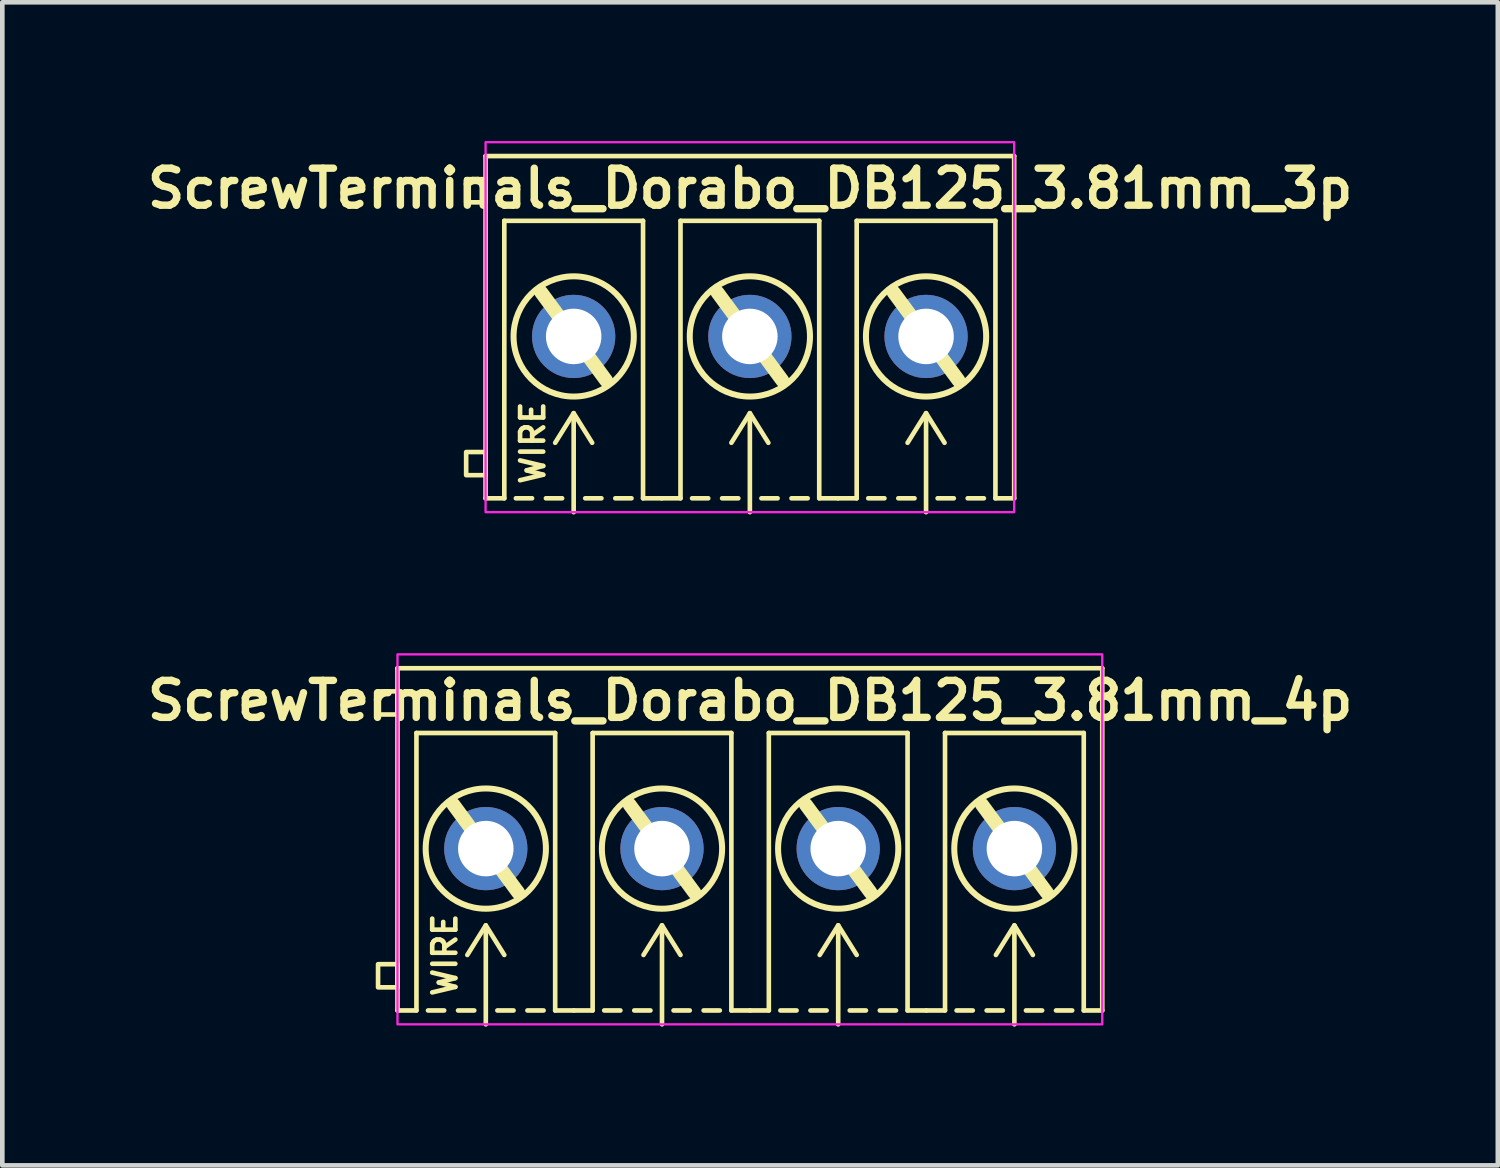
<source format=kicad_pcb>
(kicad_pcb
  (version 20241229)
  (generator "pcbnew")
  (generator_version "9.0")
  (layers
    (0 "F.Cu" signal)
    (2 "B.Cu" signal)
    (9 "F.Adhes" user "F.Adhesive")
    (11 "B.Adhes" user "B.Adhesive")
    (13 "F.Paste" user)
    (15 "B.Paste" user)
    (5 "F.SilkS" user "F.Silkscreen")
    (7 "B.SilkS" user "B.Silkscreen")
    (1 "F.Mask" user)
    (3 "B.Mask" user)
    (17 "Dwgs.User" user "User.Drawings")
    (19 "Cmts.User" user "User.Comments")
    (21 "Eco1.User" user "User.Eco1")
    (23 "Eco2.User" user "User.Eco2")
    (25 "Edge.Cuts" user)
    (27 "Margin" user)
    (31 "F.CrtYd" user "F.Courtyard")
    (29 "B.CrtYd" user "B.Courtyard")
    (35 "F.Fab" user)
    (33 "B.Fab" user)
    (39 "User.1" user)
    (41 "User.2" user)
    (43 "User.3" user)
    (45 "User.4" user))
  (footprint "ScrewTerminals_Dorabo_DB125_3.81mm_4p"
    (layer "F.Cu")
    (at 13.165 15.3)
    (property "Reference" "ScrewTerminals_Dorabo_DB125_3.81mm_4p" (at 0.005 -3.2 0) (unlocked yes) (layer "F.SilkS") (effects (font (size 0.8 0.8) (thickness 0.16) (bold yes))))
    (attr through_hole)
    (fp_line (start -7.62 -3.9) (end 7.62 -3.9) (stroke (width 0.1) (type solid)) (layer "F.SilkS"))
    (fp_line (start -7.62 3.5) (end -7.62 -3.9) (stroke (width 0.1) (type solid)) (layer "F.SilkS"))
    (fp_line (start -7.62 3.5) (end -7.21 3.5) (stroke (width 0.1) (type solid)) (layer "F.SilkS"))
    (fp_line (start -7.21 -2.5) (end -4.21 -2.5) (stroke (width 0.1) (type solid)) (layer "F.SilkS"))
    (fp_line (start -7.21 3.5) (end -7.21 -2.5) (stroke (width 0.1) (type solid)) (layer "F.SilkS"))
    (fp_line (start -6.61 3.5) (end -6.96 3.5) (stroke (width 0.1) (type default)) (layer "F.SilkS"))
    (fp_line (start -6.41 -0.95) (end -5.01 0.95) (stroke (width 0.3) (type default)) (layer "F.SilkS"))
    (fp_line (start -5.96 3.5) (end -6.31 3.5) (stroke (width 0.1) (type default)) (layer "F.SilkS"))
    (fp_line (start -5.71 1.659) (end -6.11 2.3) (stroke (width 0.1) (type default)) (layer "F.SilkS"))
    (fp_line (start -5.71 1.659) (end -5.31 2.3) (stroke (width 0.1) (type default)) (layer "F.SilkS"))
    (fp_line (start -5.71 3.8) (end -5.71 1.679) (stroke (width 0.1) (type default)) (layer "F.SilkS"))
    (fp_line (start -5.46 3.5) (end -5.11 3.5) (stroke (width 0.1) (type default)) (layer "F.SilkS"))
    (fp_line (start -4.81 3.5) (end -4.46 3.5) (stroke (width 0.1) (type default)) (layer "F.SilkS"))
    (fp_line (start -4.21 -2.5) (end -4.21 3.5) (stroke (width 0.1) (type solid)) (layer "F.SilkS"))
    (fp_line (start -4.21 3.5) (end -3.805 3.5) (stroke (width 0.1) (type default)) (layer "F.SilkS"))
    (fp_line (start -3.805 3.5) (end -3.4 3.5) (stroke (width 0.1) (type default)) (layer "F.SilkS"))
    (fp_line (start -3.4 -2.5) (end -0.4 -2.5) (stroke (width 0.1) (type solid)) (layer "F.SilkS"))
    (fp_line (start -3.4 3.5) (end -3.4 -2.5) (stroke (width 0.1) (type solid)) (layer "F.SilkS"))
    (fp_line (start -2.8 3.5) (end -3.15 3.5) (stroke (width 0.1) (type default)) (layer "F.SilkS"))
    (fp_line (start -2.6 -0.95) (end -1.2 0.95) (stroke (width 0.3) (type default)) (layer "F.SilkS"))
    (fp_line (start -2.15 3.5) (end -2.5 3.5) (stroke (width 0.1) (type default)) (layer "F.SilkS"))
    (fp_line (start -1.9 1.659) (end -2.3 2.3) (stroke (width 0.1) (type default)) (layer "F.SilkS"))
    (fp_line (start -1.9 1.659) (end -1.5 2.3) (stroke (width 0.1) (type default)) (layer "F.SilkS"))
    (fp_line (start -1.9 3.8) (end -1.9 1.679) (stroke (width 0.1) (type default)) (layer "F.SilkS"))
    (fp_line (start -1.65 3.5) (end -1.3 3.5) (stroke (width 0.1) (type default)) (layer "F.SilkS"))
    (fp_line (start -1 3.5) (end -0.65 3.5) (stroke (width 0.1) (type default)) (layer "F.SilkS"))
    (fp_line (start -0.4 -2.5) (end -0.4 3.5) (stroke (width 0.1) (type solid)) (layer "F.SilkS"))
    (fp_line (start -0.4 3.5) (end 0.005 3.5) (stroke (width 0.1) (type default)) (layer "F.SilkS"))
    (fp_line (start 0.005 3.5) (end 0.41 3.5) (stroke (width 0.1) (type default)) (layer "F.SilkS"))
    (fp_line (start 0.41 -2.5) (end 3.41 -2.5) (stroke (width 0.1) (type solid)) (layer "F.SilkS"))
    (fp_line (start 0.41 3.5) (end 0.41 -2.5) (stroke (width 0.1) (type solid)) (layer "F.SilkS"))
    (fp_line (start 1.01 3.5) (end 0.66 3.5) (stroke (width 0.1) (type default)) (layer "F.SilkS"))
    (fp_line (start 1.21 -0.95) (end 2.61 0.95) (stroke (width 0.3) (type default)) (layer "F.SilkS"))
    (fp_line (start 1.66 3.5) (end 1.31 3.5) (stroke (width 0.1) (type default)) (layer "F.SilkS"))
    (fp_line (start 1.91 1.659) (end 1.51 2.3) (stroke (width 0.1) (type default)) (layer "F.SilkS"))
    (fp_line (start 1.91 1.659) (end 2.31 2.3) (stroke (width 0.1) (type default)) (layer "F.SilkS"))
    (fp_line (start 1.91 3.8) (end 1.91 1.679) (stroke (width 0.1) (type default)) (layer "F.SilkS"))
    (fp_line (start 2.16 3.5) (end 2.51 3.5) (stroke (width 0.1) (type default)) (layer "F.SilkS"))
    (fp_line (start 2.81 3.5) (end 3.16 3.5) (stroke (width 0.1) (type default)) (layer "F.SilkS"))
    (fp_line (start 3.41 -2.5) (end 3.41 3.5) (stroke (width 0.1) (type solid)) (layer "F.SilkS"))
    (fp_line (start 3.41 3.5) (end 3.815 3.5) (stroke (width 0.1) (type default)) (layer "F.SilkS"))
    (fp_line (start 3.815 3.5) (end 4.22 3.5) (stroke (width 0.1) (type default)) (layer "F.SilkS"))
    (fp_line (start 4.22 -2.5) (end 7.22 -2.5) (stroke (width 0.1) (type solid)) (layer "F.SilkS"))
    (fp_line (start 4.22 3.5) (end 4.22 -2.5) (stroke (width 0.1) (type solid)) (layer "F.SilkS"))
    (fp_line (start 4.82 3.5) (end 4.47 3.5) (stroke (width 0.1) (type default)) (layer "F.SilkS"))
    (fp_line (start 5.02 -0.95) (end 6.42 0.95) (stroke (width 0.3) (type default)) (layer "F.SilkS"))
    (fp_line (start 5.47 3.5) (end 5.12 3.5) (stroke (width 0.1) (type default)) (layer "F.SilkS"))
    (fp_line (start 5.72 1.659) (end 5.32 2.3) (stroke (width 0.1) (type default)) (layer "F.SilkS"))
    (fp_line (start 5.72 1.659) (end 6.12 2.3) (stroke (width 0.1) (type default)) (layer "F.SilkS"))
    (fp_line (start 5.72 3.8) (end 5.72 1.679) (stroke (width 0.1) (type default)) (layer "F.SilkS"))
    (fp_line (start 5.97 3.5) (end 6.32 3.5) (stroke (width 0.1) (type default)) (layer "F.SilkS"))
    (fp_line (start 6.62 3.5) (end 6.97 3.5) (stroke (width 0.1) (type default)) (layer "F.SilkS"))
    (fp_line (start 7.22 -2.5) (end 7.22 3.5) (stroke (width 0.1) (type solid)) (layer "F.SilkS"))
    (fp_line (start 7.22 3.5) (end 7.62 3.5) (stroke (width 0.1) (type solid)) (layer "F.SilkS"))
    (fp_line (start 7.62 3.5) (end 7.62 -3.9) (stroke (width 0.1) (type solid)) (layer "F.SilkS"))
    (fp_rect (start -8.04 -2.9) (end -7.62 -3.4) (stroke (width 0.1) (type solid)) (fill no) (layer "F.SilkS"))
    (fp_rect (start -8.04 3) (end -7.62 2.5) (stroke (width 0.1) (type solid)) (fill no) (layer "F.SilkS"))
    (fp_circle (center -5.71 0) (end -4.41 0) (stroke (width 0.13) (type default)) (fill no) (layer "F.SilkS"))
    (fp_circle (center -1.9 0) (end -0.6 0) (stroke (width 0.13) (type default)) (fill no) (layer "F.SilkS"))
    (fp_circle (center 1.91 0) (end 3.21 0) (stroke (width 0.13) (type default)) (fill no) (layer "F.SilkS"))
    (fp_circle (center 5.72 0) (end 7.02 0) (stroke (width 0.13) (type default)) (fill no) (layer "F.SilkS"))
    (fp_rect (start -7.62 -4.2) (end 7.62 3.8) (stroke (width 0.05) (type solid)) (fill no) (layer "F.CrtYd"))
    (fp_text user "WIRE" (at -6.595 2.3 90) (unlocked yes) (layer "F.SilkS") (effects (font (size 0.5 0.5) (thickness 0.1) (bold yes))))
    (pad "1" thru_hole circle (at -5.71 0) (size 1.8 1.8) (drill 1.2) (layers "*.Cu" "*.Mask"))
    (pad "2" thru_hole circle (at -1.9 0 180) (size 1.8 1.8) (drill 1.2) (layers "*.Cu" "*.Mask"))
    (pad "3" thru_hole circle (at 1.91 0 180) (size 1.8 1.8) (drill 1.2) (layers "*.Cu" "*.Mask"))
    (pad "4" thru_hole circle (at 5.72 0 180) (size 1.8 1.8) (drill 1.2) (layers "*.Cu" "*.Mask")))
  (footprint "ScrewTerminals_Dorabo_DB125_3.81mm_3p"
    (layer "F.Cu")
    (at 13.165 4.225)
    (property "Reference" "ScrewTerminals_Dorabo_DB125_3.81mm_3p" (at 0.005 -3.2 0) (unlocked yes) (layer "F.SilkS") (effects (font (size 0.8 0.8) (thickness 0.16) (bold yes))))
    (attr through_hole)
    (fp_line (start -5.715 -3.9) (end 5.715 -3.9) (stroke (width 0.1) (type default)) (layer "F.SilkS"))
    (fp_line (start -5.715 3.5) (end -5.715 -3.9) (stroke (width 0.1) (type default)) (layer "F.SilkS"))
    (fp_line (start -5.715 3.5) (end -5.31 3.5) (stroke (width 0.1) (type default)) (layer "F.SilkS"))
    (fp_line (start -5.31 -2.5) (end -2.31 -2.5) (stroke (width 0.1) (type solid)) (layer "F.SilkS"))
    (fp_line (start -5.31 3.5) (end -5.31 -2.5) (stroke (width 0.1) (type solid)) (layer "F.SilkS"))
    (fp_line (start -4.71 3.5) (end -5.06 3.5) (stroke (width 0.1) (type default)) (layer "F.SilkS"))
    (fp_line (start -4.51 -0.95) (end -3.11 0.95) (stroke (width 0.3) (type default)) (layer "F.SilkS"))
    (fp_line (start -4.06 3.5) (end -4.41 3.5) (stroke (width 0.1) (type default)) (layer "F.SilkS"))
    (fp_line (start -3.81 1.659) (end -4.21 2.3) (stroke (width 0.1) (type default)) (layer "F.SilkS"))
    (fp_line (start -3.81 1.659) (end -3.41 2.3) (stroke (width 0.1) (type default)) (layer "F.SilkS"))
    (fp_line (start -3.81 3.8) (end -3.81 1.679) (stroke (width 0.1) (type default)) (layer "F.SilkS"))
    (fp_line (start -3.56 3.5) (end -3.21 3.5) (stroke (width 0.1) (type default)) (layer "F.SilkS"))
    (fp_line (start -2.91 3.5) (end -2.56 3.5) (stroke (width 0.1) (type default)) (layer "F.SilkS"))
    (fp_line (start -2.31 -2.5) (end -2.31 3.5) (stroke (width 0.1) (type solid)) (layer "F.SilkS"))
    (fp_line (start -2.31 3.5) (end -1.905 3.5) (stroke (width 0.1) (type default)) (layer "F.SilkS"))
    (fp_line (start -1.905 3.5) (end -1.5 3.5) (stroke (width 0.1) (type default)) (layer "F.SilkS"))
    (fp_line (start -1.5 -2.5) (end 1.5 -2.5) (stroke (width 0.1) (type solid)) (layer "F.SilkS"))
    (fp_line (start -1.5 3.5) (end -1.5 -2.5) (stroke (width 0.1) (type solid)) (layer "F.SilkS"))
    (fp_line (start -0.9 3.5) (end -1.25 3.5) (stroke (width 0.1) (type default)) (layer "F.SilkS"))
    (fp_line (start -0.7 -0.95) (end 0.7 0.95) (stroke (width 0.3) (type default)) (layer "F.SilkS"))
    (fp_line (start -0.25 3.5) (end -0.6 3.5) (stroke (width 0.1) (type default)) (layer "F.SilkS"))
    (fp_line (start 0 1.659) (end -0.4 2.3) (stroke (width 0.1) (type default)) (layer "F.SilkS"))
    (fp_line (start 0 1.659) (end 0.4 2.3) (stroke (width 0.1) (type default)) (layer "F.SilkS"))
    (fp_line (start 0 3.8) (end 0 1.679) (stroke (width 0.1) (type default)) (layer "F.SilkS"))
    (fp_line (start 0.25 3.5) (end 0.6 3.5) (stroke (width 0.1) (type default)) (layer "F.SilkS"))
    (fp_line (start 0.9 3.5) (end 1.25 3.5) (stroke (width 0.1) (type default)) (layer "F.SilkS"))
    (fp_line (start 1.5 -2.5) (end 1.5 3.5) (stroke (width 0.1) (type solid)) (layer "F.SilkS"))
    (fp_line (start 1.5 3.5) (end 1.905 3.5) (stroke (width 0.1) (type default)) (layer "F.SilkS"))
    (fp_line (start 1.905 3.5) (end 2.31 3.5) (stroke (width 0.1) (type default)) (layer "F.SilkS"))
    (fp_line (start 2.31 -2.5) (end 5.31 -2.5) (stroke (width 0.1) (type solid)) (layer "F.SilkS"))
    (fp_line (start 2.31 3.5) (end 2.31 -2.5) (stroke (width 0.1) (type solid)) (layer "F.SilkS"))
    (fp_line (start 2.91 3.5) (end 2.56 3.5) (stroke (width 0.1) (type default)) (layer "F.SilkS"))
    (fp_line (start 3.11 -0.95) (end 4.51 0.95) (stroke (width 0.3) (type default)) (layer "F.SilkS"))
    (fp_line (start 3.56 3.5) (end 3.21 3.5) (stroke (width 0.1) (type default)) (layer "F.SilkS"))
    (fp_line (start 3.81 1.659) (end 3.41 2.3) (stroke (width 0.1) (type default)) (layer "F.SilkS"))
    (fp_line (start 3.81 1.659) (end 4.21 2.3) (stroke (width 0.1) (type default)) (layer "F.SilkS"))
    (fp_line (start 3.81 3.8) (end 3.81 1.679) (stroke (width 0.1) (type default)) (layer "F.SilkS"))
    (fp_line (start 4.06 3.5) (end 4.41 3.5) (stroke (width 0.1) (type default)) (layer "F.SilkS"))
    (fp_line (start 4.71 3.5) (end 5.06 3.5) (stroke (width 0.1) (type default)) (layer "F.SilkS"))
    (fp_line (start 5.31 -2.5) (end 5.31 3.5) (stroke (width 0.1) (type solid)) (layer "F.SilkS"))
    (fp_line (start 5.31 3.5) (end 5.715 3.5) (stroke (width 0.1) (type default)) (layer "F.SilkS"))
    (fp_line (start 5.715 3.5) (end 5.715 -3.9) (stroke (width 0.1) (type default)) (layer "F.SilkS"))
    (fp_rect (start -6.135 -2.9) (end -5.715 -3.4) (stroke (width 0.1) (type solid)) (fill no) (layer "F.SilkS"))
    (fp_rect (start -6.135 3) (end -5.715 2.5) (stroke (width 0.1) (type default)) (fill no) (layer "F.SilkS"))
    (fp_circle (center -3.81 0) (end -2.51 0) (stroke (width 0.13) (type default)) (fill no) (layer "F.SilkS"))
    (fp_circle (center 0 0) (end 1.3 0) (stroke (width 0.13) (type default)) (fill no) (layer "F.SilkS"))
    (fp_circle (center 3.81 0) (end 5.11 0) (stroke (width 0.13) (type default)) (fill no) (layer "F.SilkS"))
    (fp_rect (start -5.715 -4.2) (end 5.715 3.8) (stroke (width 0.05) (type solid)) (fill no) (layer "F.CrtYd"))
    (fp_text user "WIRE" (at -4.695 2.3 90) (unlocked yes) (layer "F.SilkS") (effects (font (size 0.5 0.5) (thickness 0.1) (bold yes))))
    (pad "1" thru_hole circle (at -3.81 0) (size 1.8 1.8) (drill 1.2) (layers "*.Cu" "*.Mask"))
    (pad "2" thru_hole circle (at 0 0 180) (size 1.8 1.8) (drill 1.2) (layers "*.Cu" "*.Mask"))
    (pad "3" thru_hole circle (at 3.81 0 180) (size 1.8 1.8) (drill 1.2) (layers "*.Cu" "*.Mask")))
  (gr_rect
    (start -3 -3)
    (end 29.339 22.15)
    (stroke (width 0.1) (type default))
    (fill no)
    (layer "Edge.Cuts")))
</source>
